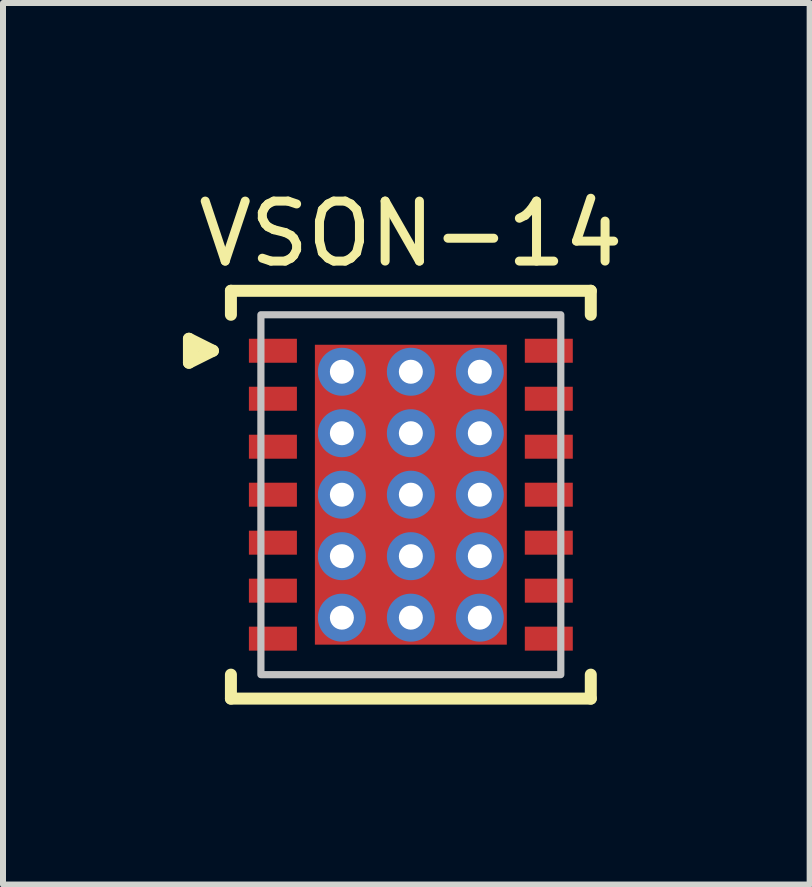
<source format=kicad_pcb>
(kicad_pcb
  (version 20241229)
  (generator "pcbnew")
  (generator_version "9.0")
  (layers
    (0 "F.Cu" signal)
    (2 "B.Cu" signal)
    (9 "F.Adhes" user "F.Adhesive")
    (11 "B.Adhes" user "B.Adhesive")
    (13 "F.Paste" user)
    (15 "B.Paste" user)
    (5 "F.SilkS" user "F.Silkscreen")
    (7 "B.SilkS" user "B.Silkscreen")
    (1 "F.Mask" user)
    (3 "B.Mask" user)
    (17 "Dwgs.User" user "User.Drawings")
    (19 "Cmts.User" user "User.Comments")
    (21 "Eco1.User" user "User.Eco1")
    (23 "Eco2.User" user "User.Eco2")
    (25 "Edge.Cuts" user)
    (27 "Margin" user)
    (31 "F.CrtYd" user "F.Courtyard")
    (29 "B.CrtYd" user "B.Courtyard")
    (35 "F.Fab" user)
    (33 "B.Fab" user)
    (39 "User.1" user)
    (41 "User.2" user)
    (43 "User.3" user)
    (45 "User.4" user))
  (footprint "VSON-14"
    (layer "F.Cu")
    (at 3.8 5.198)
    (property "Reference" "VSON-14" (at 0 -4.35 0) (unlocked yes) (layer "F.SilkS") (effects (font (size 1 1) (thickness 0.15))))
    (fp_rect (start -1.6 -2.5) (end 1.6 2.5) (stroke (width 0.12) (type solid)) (fill yes) (layer "B.Mask"))
    (fp_line (start -3.7 -2.6) (end -3.7 -2.2) (stroke (width 0.2) (type solid)) (layer "F.SilkS"))
    (fp_line (start -3.7 -2.2) (end -3.3 -2.4) (stroke (width 0.2) (type solid)) (layer "F.SilkS"))
    (fp_line (start -3.5 -2.5) (end -3.7 -2.3) (stroke (width 0.12) (type solid)) (layer "F.SilkS"))
    (fp_line (start -3.3 -2.4) (end -3.7 -2.6) (stroke (width 0.2) (type solid)) (layer "F.SilkS"))
    (fp_line (start -3 -3.4) (end 3 -3.4) (stroke (width 0.2) (type solid)) (layer "F.SilkS"))
    (fp_line (start -3 -3) (end -3 -3.4) (stroke (width 0.2) (type solid)) (layer "F.SilkS"))
    (fp_line (start -3 3.4) (end -3 3) (stroke (width 0.2) (type solid)) (layer "F.SilkS"))
    (fp_line (start 3 -3.4) (end 3 -3) (stroke (width 0.2) (type solid)) (layer "F.SilkS"))
    (fp_line (start 3 3) (end 3 3.4) (stroke (width 0.2) (type solid)) (layer "F.SilkS"))
    (fp_line (start 3 3.4) (end -3 3.4) (stroke (width 0.2) (type solid)) (layer "F.SilkS"))
    (fp_rect (start -2.5 -3) (end 2.5 3) (stroke (width 0.12) (type solid)) (fill no) (layer "Dwgs.User"))
    (pad "1" smd rect (at -2.3 -2.4 90) (size 0.4 0.8) (layers "F.Cu" "F.Mask" "F.Paste"))
    (pad "2" smd rect (at -2.3 -1.6 90) (size 0.4 0.8) (layers "F.Cu" "F.Mask" "F.Paste"))
    (pad "3" smd rect (at -2.3 -0.8 90) (size 0.4 0.8) (layers "F.Cu" "F.Mask" "F.Paste"))
    (pad "4" smd rect (at -2.3 0 90) (size 0.4 0.8) (layers "F.Cu" "F.Mask" "F.Paste"))
    (pad "5" smd rect (at -2.3 0.8 90) (size 0.4 0.8) (layers "F.Cu" "F.Mask" "F.Paste"))
    (pad "6" smd rect (at -2.3 1.6 90) (size 0.4 0.8) (layers "F.Cu" "F.Mask" "F.Paste"))
    (pad "7" smd rect (at -2.3 2.4 90) (size 0.4 0.8) (layers "F.Cu" "F.Mask" "F.Paste"))
    (pad "8" smd rect (at 2.3 2.4 90) (size 0.4 0.8) (layers "F.Cu" "F.Mask" "F.Paste"))
    (pad "9" smd rect (at 2.3 1.6 90) (size 0.4 0.8) (layers "F.Cu" "F.Mask" "F.Paste"))
    (pad "10" smd rect (at 2.3 0.8 90) (size 0.4 0.8) (layers "F.Cu" "F.Mask" "F.Paste"))
    (pad "11" smd rect (at 2.3 0 90) (size 0.4 0.8) (layers "F.Cu" "F.Mask" "F.Paste"))
    (pad "12" smd rect (at 2.3 -0.8 90) (size 0.4 0.8) (layers "F.Cu" "F.Mask" "F.Paste"))
    (pad "13" smd rect (at 2.3 -1.6 90) (size 0.4 0.8) (layers "F.Cu" "F.Mask" "F.Paste"))
    (pad "14" smd rect (at 2.3 -2.4 90) (size 0.4 0.8) (layers "F.Cu" "F.Mask" "F.Paste"))
    (pad "15" thru_hole circle (at -1.15 -2.05) (size 0.8 0.8) (drill 0.4) (layers "*.Cu" "*.Mask"))
    (pad "15" thru_hole circle (at -1.15 -1.025) (size 0.8 0.8) (drill 0.4) (layers "*.Cu" "*.Mask"))
    (pad "15" thru_hole circle (at -1.15 0) (size 0.8 0.8) (drill 0.4) (layers "*.Cu" "*.Mask"))
    (pad "15" thru_hole circle (at -1.15 1.025) (size 0.8 0.8) (drill 0.4) (layers "*.Cu" "*.Mask"))
    (pad "15" thru_hole circle (at -1.15 2.05) (size 0.8 0.8) (drill 0.4) (layers "*.Cu" "*.Mask"))
    (pad "15" thru_hole circle (at 0 -2.05) (size 0.8 0.8) (drill 0.4) (layers "*.Cu" "*.Mask"))
    (pad "15" thru_hole circle (at 0 -1.025) (size 0.8 0.8) (drill 0.4) (layers "*.Cu" "*.Mask"))
    (pad "15" thru_hole circle (at 0 0) (size 0.8 0.8) (drill 0.4) (layers "*.Cu" "*.Mask"))
    (pad "15" smd rect (at 0 0 90) (size 5 3.2) (layers "F.Cu" "F.Mask" "F.Paste"))
    (pad "15" thru_hole circle (at 0 1.025) (size 0.8 0.8) (drill 0.4) (layers "*.Cu" "*.Mask"))
    (pad "15" thru_hole circle (at 0 2.05) (size 0.8 0.8) (drill 0.4) (layers "*.Cu" "*.Mask"))
    (pad "15" thru_hole circle (at 1.15 -2.05) (size 0.8 0.8) (drill 0.4) (layers "*.Cu" "*.Mask"))
    (pad "15" thru_hole circle (at 1.15 -1.025) (size 0.8 0.8) (drill 0.4) (layers "*.Cu" "*.Mask"))
    (pad "15" thru_hole circle (at 1.15 0) (size 0.8 0.8) (drill 0.4) (layers "*.Cu" "*.Mask"))
    (pad "15" thru_hole circle (at 1.15 1.025) (size 0.8 0.8) (drill 0.4) (layers "*.Cu" "*.Mask"))
    (pad "15" thru_hole circle (at 1.15 2.05) (size 0.8 0.8) (drill 0.4) (layers "*.Cu" "*.Mask")))
  (gr_rect
    (start -3 -3)
    (end 10.449 11.698)
    (stroke (width 0.1) (type default))
    (fill no)
    (layer "Edge.Cuts")))
</source>
